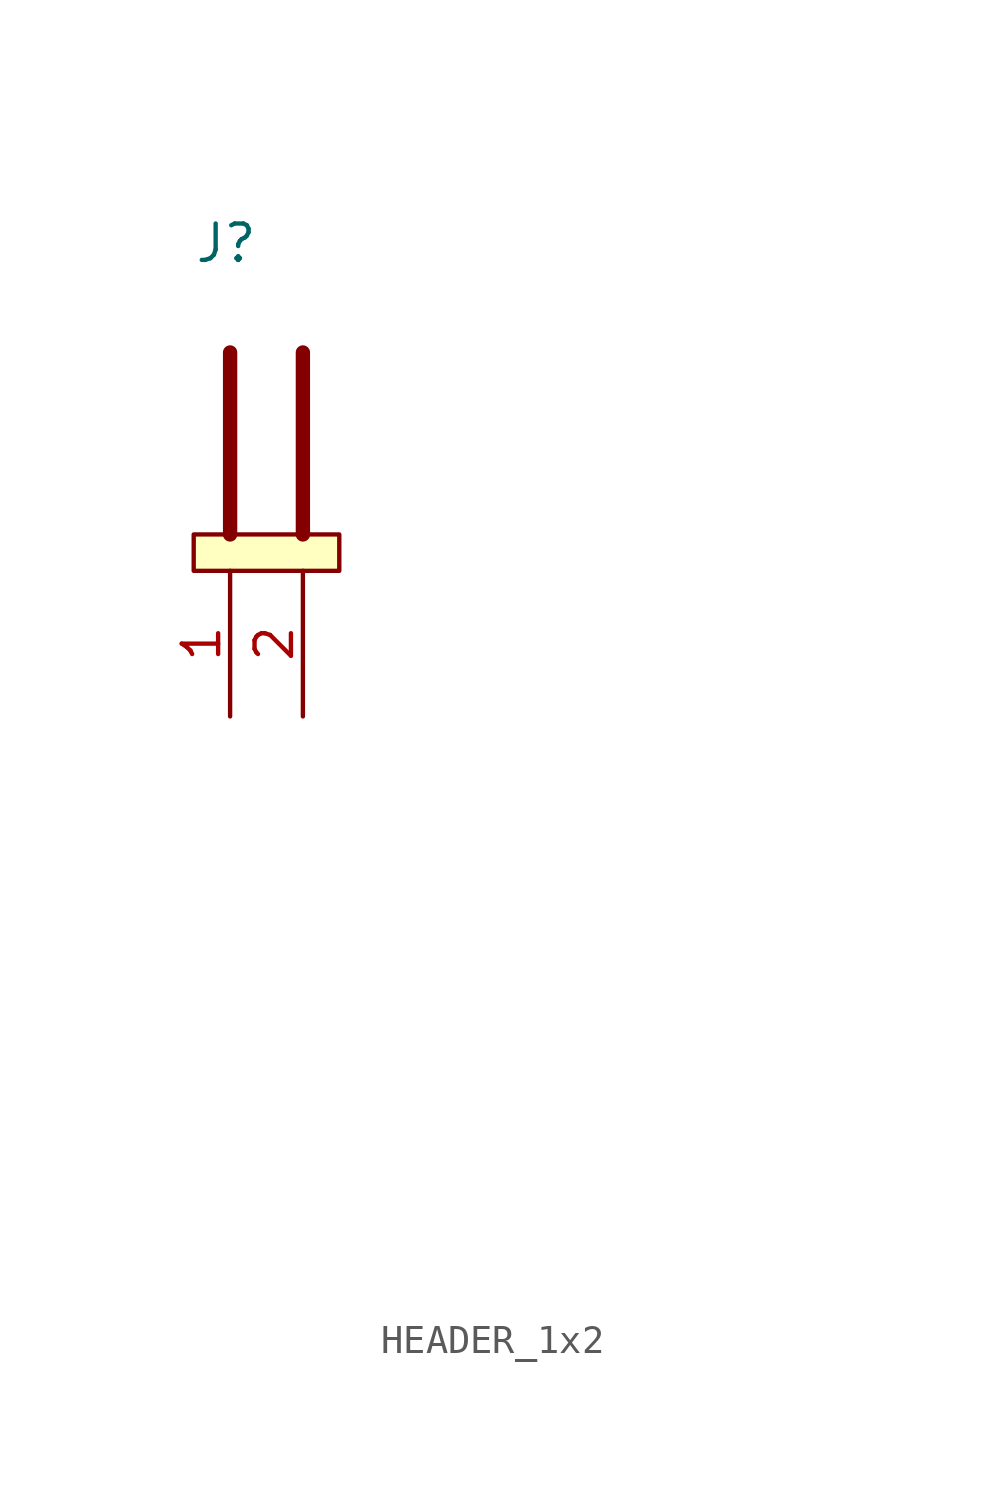
<source format=kicad_sym>
(kicad_symbol_lib
  (version 20211014)
  (generator kicad_symbol_editor)
  (symbol "HEADER_1x2"
    (pin_names
      (offset 1.016) hide)
    (property "Reference" "J"
      (at -1.27 11.43 0)
      (effects (font (size 1.27 1.27)) (justify left)))
    (property "Voltage" ""
      (at 19.685 -22.225 0)
      (effects (font (size 1.27 1.27)) (justify left)))
    (symbol "HEADER_1x2_0_1"
      (rectangle (start -1.27 1.27) (end 3.81 0) (stroke (width 0.152) (type default) (color 0 0 0 0)) (fill (type background)))
      (polyline (pts (xy 0 1.27) (xy 0 7.62)) (stroke (width 0.5) (type default) (color 0 0 0 0)) (fill (type none)))
      (polyline (pts (xy 2.54 1.27) (xy 2.54 7.62)) (stroke (width 0.5) (type default) (color 0 0 0 0)) (fill (type none))))
    (symbol "HEADER_1x2_1_1"
      (pin passive line (at 0 -5.08 90) (length 5.08) (name "1" (effects (font (size 1.27 1.27)))) (number "1" (effects (font (size 1.27 1.27)))))
      (pin passive line (at 2.54 -5.08 90) (length 5.08) (name "2" (effects (font (size 1.27 1.27)))) (number "2" (effects (font (size 1.27 1.27))))))))
</source>
